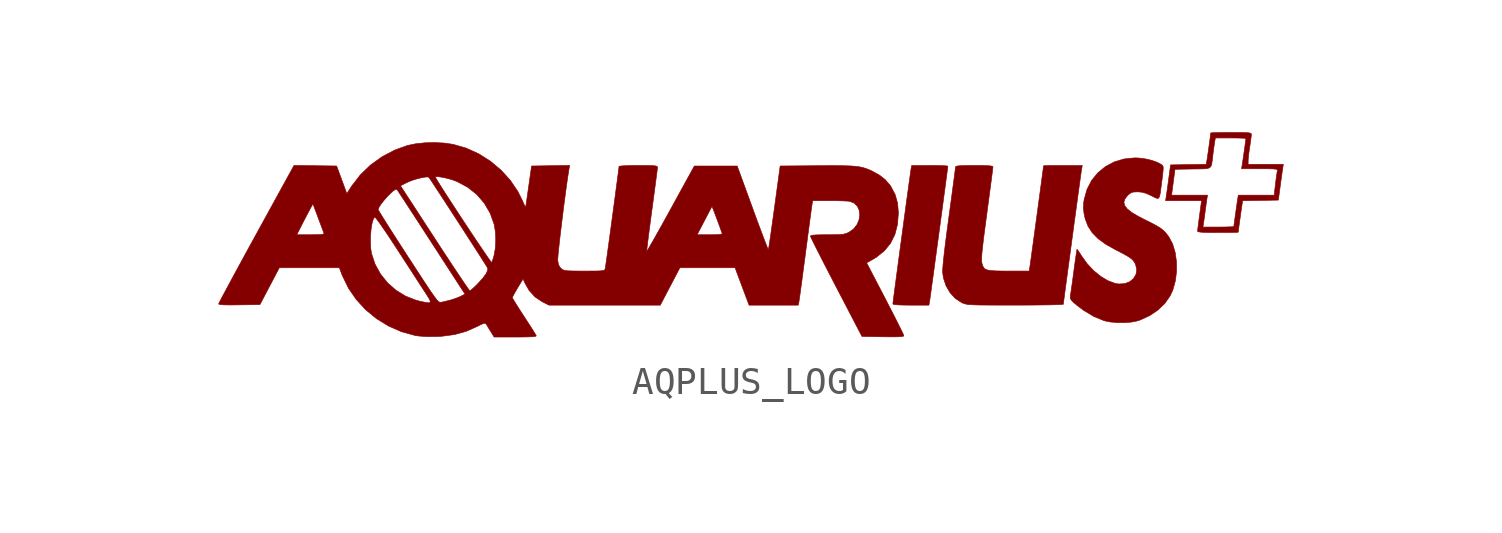
<source format=kicad_sym>
(kicad_symbol_lib
  (version 20231120)
  (generator "kicad_symbol_editor")
  (generator_version "8.0")
  (symbol "AQPLUS_LOGO"
    (pin_names
      (offset 1.016))
    (property "Reference" "#G"
      (at 0 3.016 0)
      (effects (font (size 1.27 1.27)) (hide yes)))
    (symbol "AQPLUS_LOGO_0_0"
      (polyline (pts (xy 6.413 -2.385) (xy 6.42 -2.34) (xy 6.437 -2.223) (xy 6.462 -2.045) (xy 6.493 -1.814) (xy 6.531 -1.538) (xy 6.574 -1.226) (xy 6.62 -0.885) (xy 6.669 -0.524) (xy 6.72 -0.151) (xy 6.771 0.226) (xy 6.821 0.599) (xy 6.87 0.959) (xy 6.915 1.299) (xy 6.957 1.61) (xy 6.993 1.884) (xy 7.024 2.113) (xy 7.047 2.289) (xy 7.061 2.403) (xy 7.066 2.447) (xy 7.048 2.454) (xy 6.963 2.462) (xy 6.821 2.468) (xy 6.637 2.472) (xy 6.422 2.473) (xy 5.777 2.473) (xy 5.755 2.365) (xy 5.749 2.326) (xy 5.733 2.213) (xy 5.708 2.039) (xy 5.676 1.811) (xy 5.639 1.537) (xy 5.596 1.226) (xy 5.55 0.886) (xy 5.501 0.526) (xy 5.451 0.152) (xy 5.4 -0.226) (xy 5.349 -0.6) (xy 5.301 -0.962) (xy 5.255 -1.304) (xy 5.213 -1.617) (xy 5.177 -1.893) (xy 5.146 -2.125) (xy 5.123 -2.304) (xy 5.109 -2.421) (xy 5.104 -2.469) (xy 5.108 -2.476) (xy 5.164 -2.493) (xy 5.287 -2.504) (xy 5.48 -2.51) (xy 5.747 -2.513) (xy 6.39 -2.513) (xy 6.413 -2.385)) (stroke (width 0.01) (type default)) (fill (type outline)))
      (polyline (pts (xy 13.616 -3.118) (xy 13.822 -3.078) (xy 13.938 -3.04) (xy 14.27 -2.887) (xy 14.568 -2.685) (xy 14.818 -2.444) (xy 15.005 -2.174) (xy 15.1 -1.962) (xy 15.188 -1.643) (xy 15.23 -1.303) (xy 15.227 -0.959) (xy 15.18 -0.628) (xy 15.089 -0.327) (xy 14.954 -0.075) (xy 14.938 -0.053) (xy 14.854 0.056) (xy 14.767 0.148) (xy 14.662 0.231) (xy 14.527 0.316) (xy 14.348 0.412) (xy 14.11 0.53) (xy 13.858 0.659) (xy 13.628 0.797) (xy 13.468 0.925) (xy 13.376 1.044) (xy 13.35 1.161) (xy 13.386 1.277) (xy 13.481 1.398) (xy 13.531 1.446) (xy 13.61 1.502) (xy 13.701 1.526) (xy 13.835 1.531) (xy 13.869 1.531) (xy 14.012 1.516) (xy 14.154 1.474) (xy 14.328 1.394) (xy 14.418 1.348) (xy 14.5 1.308) (xy 14.558 1.295) (xy 14.598 1.316) (xy 14.627 1.381) (xy 14.65 1.497) (xy 14.674 1.674) (xy 14.705 1.92) (xy 14.71 1.953) (xy 14.735 2.155) (xy 14.749 2.295) (xy 14.754 2.386) (xy 14.747 2.441) (xy 14.729 2.474) (xy 14.701 2.499) (xy 14.549 2.582) (xy 14.345 2.655) (xy 14.114 2.709) (xy 13.883 2.739) (xy 13.728 2.743) (xy 13.352 2.705) (xy 13.004 2.599) (xy 12.691 2.433) (xy 12.42 2.211) (xy 12.199 1.939) (xy 12.034 1.621) (xy 11.933 1.264) (xy 11.913 1.133) (xy 11.905 0.942) (xy 11.929 0.744) (xy 11.967 0.573) (xy 12.068 0.308) (xy 12.22 0.073) (xy 12.43 -0.141) (xy 12.705 -0.341) (xy 13.051 -0.535) (xy 13.101 -0.56) (xy 13.316 -0.671) (xy 13.473 -0.759) (xy 13.585 -0.832) (xy 13.662 -0.898) (xy 13.717 -0.967) (xy 13.759 -1.045) (xy 13.769 -1.067) (xy 13.809 -1.247) (xy 13.781 -1.417) (xy 13.694 -1.563) (xy 13.557 -1.677) (xy 13.379 -1.745) (xy 13.169 -1.758) (xy 13.027 -1.734) (xy 12.776 -1.639) (xy 12.519 -1.484) (xy 12.269 -1.28) (xy 12.038 -1.033) (xy 11.839 -0.755) (xy 11.826 -0.735) (xy 11.754 -0.622) (xy 11.7 -0.545) (xy 11.677 -0.52) (xy 11.676 -0.521) (xy 11.666 -0.572) (xy 11.649 -0.686) (xy 11.624 -0.853) (xy 11.595 -1.06) (xy 11.563 -1.296) (xy 11.562 -1.311) (xy 11.529 -1.555) (xy 11.498 -1.778) (xy 11.471 -1.967) (xy 11.451 -2.107) (xy 11.439 -2.183) (xy 11.434 -2.226) (xy 11.441 -2.282) (xy 11.478 -2.34) (xy 11.554 -2.416) (xy 11.681 -2.524) (xy 11.914 -2.7) (xy 12.276 -2.916) (xy 12.64 -3.067) (xy 12.647 -3.069) (xy 12.851 -3.112) (xy 13.101 -3.135) (xy 13.366 -3.137) (xy 13.616 -3.118)) (stroke (width 0.01) (type default)) (fill (type outline)))
      (polyline (pts (xy 9.719 -2.512) (xy 10.061 -2.51) (xy 10.373 -2.507) (xy 10.645 -2.504) (xy 10.871 -2.499) (xy 11.042 -2.493) (xy 11.151 -2.487) (xy 11.188 -2.481) (xy 11.192 -2.45) (xy 11.205 -2.348) (xy 11.226 -2.184) (xy 11.255 -1.964) (xy 11.291 -1.698) (xy 11.332 -1.393) (xy 11.377 -1.058) (xy 11.425 -0.701) (xy 11.475 -0.33) (xy 11.526 0.047) (xy 11.576 0.421) (xy 11.626 0.785) (xy 11.673 1.13) (xy 11.716 1.448) (xy 11.755 1.731) (xy 11.788 1.97) (xy 11.814 2.158) (xy 11.833 2.286) (xy 11.842 2.346) (xy 11.865 2.473) (xy 11.173 2.473) (xy 10.976 2.473) (xy 10.779 2.471) (xy 10.622 2.469) (xy 10.519 2.465) (xy 10.482 2.462) (xy 10.481 2.456) (xy 10.473 2.389) (xy 10.456 2.257) (xy 10.431 2.07) (xy 10.4 1.836) (xy 10.363 1.564) (xy 10.323 1.266) (xy 10.28 0.949) (xy 10.236 0.623) (xy 10.192 0.298) (xy 10.149 -0.017) (xy 10.109 -0.313) (xy 10.072 -0.579) (xy 10.041 -0.807) (xy 10.016 -0.988) (xy 9.999 -1.111) (xy 9.99 -1.168) (xy 9.968 -1.296) (xy 9.233 -1.296) (xy 9.011 -1.295) (xy 8.779 -1.291) (xy 8.606 -1.28) (xy 8.484 -1.259) (xy 8.401 -1.226) (xy 8.347 -1.177) (xy 8.311 -1.108) (xy 8.283 -1.018) (xy 8.283 -1.017) (xy 8.274 -0.966) (xy 8.27 -0.896) (xy 8.273 -0.798) (xy 8.282 -0.667) (xy 8.299 -0.494) (xy 8.325 -0.272) (xy 8.359 0.005) (xy 8.404 0.346) (xy 8.459 0.757) (xy 8.481 0.923) (xy 8.526 1.261) (xy 8.567 1.573) (xy 8.604 1.848) (xy 8.634 2.079) (xy 8.657 2.258) (xy 8.671 2.376) (xy 8.676 2.424) (xy 8.676 2.428) (xy 8.65 2.446) (xy 8.578 2.459) (xy 8.453 2.467) (xy 8.266 2.472) (xy 8.009 2.473) (xy 7.765 2.472) (xy 7.569 2.467) (xy 7.438 2.458) (xy 7.364 2.445) (xy 7.341 2.426) (xy 7.338 2.396) (xy 7.325 2.295) (xy 7.304 2.129) (xy 7.275 1.908) (xy 7.239 1.64) (xy 7.198 1.332) (xy 7.152 0.993) (xy 7.103 0.63) (xy 7.063 0.338) (xy 7.002 -0.125) (xy 6.954 -0.514) (xy 6.918 -0.831) (xy 6.894 -1.076) (xy 6.882 -1.252) (xy 6.882 -1.36) (xy 6.909 -1.545) (xy 7.002 -1.823) (xy 7.147 -2.072) (xy 7.335 -2.276) (xy 7.557 -2.42) (xy 7.579 -2.43) (xy 7.626 -2.451) (xy 7.675 -2.467) (xy 7.733 -2.48) (xy 7.809 -2.491) (xy 7.911 -2.498) (xy 8.044 -2.504) (xy 8.219 -2.508) (xy 8.441 -2.51) (xy 8.718 -2.511) (xy 9.059 -2.512) (xy 9.471 -2.512) (xy 9.719 -2.512)) (stroke (width 0.01) (type default)) (fill (type outline)))
      (polyline (pts (xy 16.933 0.079) (xy 17.132 0.081) (xy 17.29 0.084) (xy 17.393 0.087) (xy 17.431 0.091) (xy 17.435 0.135) (xy 17.449 0.239) (xy 17.469 0.385) (xy 17.492 0.554) (xy 17.516 0.727) (xy 17.539 0.886) (xy 17.557 1.013) (xy 17.569 1.089) (xy 17.591 1.215) (xy 18.227 1.226) (xy 18.863 1.237) (xy 18.929 1.727) (xy 18.956 1.927) (xy 18.983 2.116) (xy 19.004 2.269) (xy 19.018 2.365) (xy 19.041 2.513) (xy 17.784 2.513) (xy 17.785 2.64) (xy 17.786 2.676) (xy 17.797 2.799) (xy 17.817 2.962) (xy 17.843 3.141) (xy 17.857 3.232) (xy 17.879 3.391) (xy 17.895 3.515) (xy 17.901 3.582) (xy 17.898 3.602) (xy 17.878 3.621) (xy 17.833 3.635) (xy 17.75 3.643) (xy 17.619 3.648) (xy 17.431 3.651) (xy 17.175 3.651) (xy 16.947 3.65) (xy 16.747 3.647) (xy 16.59 3.644) (xy 16.486 3.639) (xy 16.449 3.633) (xy 16.444 3.581) (xy 16.43 3.471) (xy 16.41 3.32) (xy 16.386 3.148) (xy 16.361 2.973) (xy 16.338 2.815) (xy 16.32 2.691) (xy 16.308 2.622) (xy 16.286 2.514) (xy 15.651 2.504) (xy 15.016 2.493) (xy 14.95 2.002) (xy 14.923 1.802) (xy 14.897 1.614) (xy 14.876 1.461) (xy 14.869 1.413) (xy 15.052 1.413) (xy 15.113 1.875) (xy 15.173 2.336) (xy 15.811 2.347) (xy 16.038 2.349) (xy 16.215 2.353) (xy 16.338 2.365) (xy 16.416 2.396) (xy 16.463 2.453) (xy 16.489 2.544) (xy 16.507 2.679) (xy 16.529 2.866) (xy 16.534 2.909) (xy 16.556 3.079) (xy 16.577 3.228) (xy 16.593 3.327) (xy 16.615 3.455) (xy 17.16 3.455) (xy 17.228 3.455) (xy 17.416 3.453) (xy 17.567 3.449) (xy 17.669 3.443) (xy 17.705 3.436) (xy 17.702 3.405) (xy 17.69 3.31) (xy 17.671 3.172) (xy 17.648 3.007) (xy 17.623 2.836) (xy 17.6 2.675) (xy 17.581 2.545) (xy 17.568 2.463) (xy 17.55 2.356) (xy 18.2 2.356) (xy 18.328 2.355) (xy 18.532 2.354) (xy 18.674 2.35) (xy 18.764 2.343) (xy 18.813 2.33) (xy 18.831 2.312) (xy 18.829 2.287) (xy 18.821 2.25) (xy 18.804 2.143) (xy 18.783 1.992) (xy 18.761 1.816) (xy 18.714 1.413) (xy 17.434 1.413) (xy 17.413 1.286) (xy 17.403 1.22) (xy 17.384 1.092) (xy 17.361 0.932) (xy 17.337 0.758) (xy 17.313 0.589) (xy 17.293 0.443) (xy 17.279 0.339) (xy 17.273 0.293) (xy 17.269 0.291) (xy 17.207 0.285) (xy 17.086 0.28) (xy 16.92 0.276) (xy 16.722 0.275) (xy 16.171 0.275) (xy 16.191 0.402) (xy 16.193 0.413) (xy 16.209 0.523) (xy 16.23 0.676) (xy 16.253 0.844) (xy 16.256 0.869) (xy 16.279 1.036) (xy 16.299 1.185) (xy 16.314 1.286) (xy 16.335 1.413) (xy 15.052 1.413) (xy 14.869 1.413) (xy 14.861 1.364) (xy 14.839 1.217) (xy 16.122 1.217) (xy 16.051 0.697) (xy 16.046 0.655) (xy 16.02 0.463) (xy 15.999 0.3) (xy 15.985 0.183) (xy 15.979 0.128) (xy 15.982 0.119) (xy 16.018 0.103) (xy 16.1 0.092) (xy 16.236 0.084) (xy 16.435 0.08) (xy 16.704 0.079) (xy 16.933 0.079)) (stroke (width 0.01) (type default)) (fill (type outline)))
      (polyline (pts (xy -8.163 -3.65) (xy -7.942 -3.647) (xy -7.786 -3.642) (xy -7.687 -3.633) (xy -7.636 -3.619) (xy -7.627 -3.602) (xy -7.627 -3.6) (xy -7.657 -3.549) (xy -7.722 -3.443) (xy -7.816 -3.295) (xy -7.932 -3.115) (xy -8.063 -2.914) (xy -8.076 -2.894) (xy -8.204 -2.697) (xy -8.315 -2.522) (xy -8.402 -2.382) (xy -8.459 -2.285) (xy -8.48 -2.244) (xy -8.474 -2.226) (xy -8.436 -2.151) (xy -8.371 -2.034) (xy -8.289 -1.893) (xy -8.097 -1.575) (xy -8.024 -1.738) (xy -7.879 -1.99) (xy -7.669 -2.221) (xy -7.416 -2.39) (xy -7.172 -2.513) (xy -3.198 -2.513) (xy -2.849 -1.845) (xy -2.499 -1.178) (xy -0.529 -1.178) (xy -0.03 -2.513) (xy 1.726 -2.513) (xy 1.746 -2.424) (xy 1.749 -2.404) (xy 1.763 -2.31) (xy 1.786 -2.152) (xy 1.815 -1.937) (xy 1.851 -1.674) (xy 1.891 -1.373) (xy 1.935 -1.041) (xy 1.982 -0.687) (xy 2.005 -0.508) (xy 2.051 -0.162) (xy 2.093 0.16) (xy 2.132 0.449) (xy 2.165 0.695) (xy 2.191 0.889) (xy 2.21 1.024) (xy 2.22 1.089) (xy 2.241 1.217) (xy 2.843 1.217) (xy 2.942 1.217) (xy 3.156 1.214) (xy 3.342 1.208) (xy 3.485 1.201) (xy 3.567 1.193) (xy 3.724 1.129) (xy 3.837 1.017) (xy 3.903 0.87) (xy 3.922 0.701) (xy 3.894 0.525) (xy 3.82 0.355) (xy 3.7 0.205) (xy 3.534 0.088) (xy 3.534 0.088) (xy 3.459 0.054) (xy 3.384 0.03) (xy 3.291 0.014) (xy 3.167 0.005) (xy 2.994 0.001) (xy 2.759 0) (xy 2.546 -0.001) (xy 2.364 -0.006) (xy 2.245 -0.015) (xy 2.18 -0.029) (xy 2.16 -0.049) (xy 2.161 -0.054) (xy 2.188 -0.114) (xy 2.247 -0.235) (xy 2.334 -0.411) (xy 2.447 -0.633) (xy 2.581 -0.897) (xy 2.734 -1.195) (xy 2.902 -1.52) (xy 3.081 -1.865) (xy 4.001 -3.631) (xy 4.748 -3.642) (xy 4.941 -3.644) (xy 5.163 -3.645) (xy 5.321 -3.641) (xy 5.424 -3.633) (xy 5.479 -3.621) (xy 5.495 -3.603) (xy 5.477 -3.557) (xy 5.427 -3.45) (xy 5.348 -3.29) (xy 5.245 -3.085) (xy 5.122 -2.842) (xy 4.982 -2.571) (xy 4.831 -2.278) (xy 4.167 -1.003) (xy 4.4 -0.872) (xy 4.515 -0.803) (xy 4.799 -0.576) (xy 5.019 -0.305) (xy 5.176 0.01) (xy 5.269 0.371) (xy 5.3 0.78) (xy 5.274 1.116) (xy 5.187 1.43) (xy 5.037 1.717) (xy 4.993 1.78) (xy 4.826 1.971) (xy 4.62 2.131) (xy 4.356 2.275) (xy 4.253 2.322) (xy 4.145 2.364) (xy 4.035 2.398) (xy 3.913 2.424) (xy 3.769 2.443) (xy 3.594 2.456) (xy 3.379 2.463) (xy 3.114 2.467) (xy 2.789 2.467) (xy 2.395 2.464) (xy 1.08 2.454) (xy 0.878 0.969) (xy 0.87 0.912) (xy 0.825 0.584) (xy 0.782 0.282) (xy 0.745 0.015) (xy 0.712 -0.208) (xy 0.686 -0.38) (xy 0.668 -0.49) (xy 0.659 -0.532) (xy 0.655 -0.527) (xy 0.628 -0.467) (xy 0.579 -0.343) (xy 0.51 -0.164) (xy 0.424 0.063) (xy 0.324 0.329) (xy 0.213 0.628) (xy 0.095 0.953) (xy -0.453 2.454) (xy -1.983 2.454) (xy -2.827 0.917) (xy -2.963 0.67) (xy -3.128 0.371) (xy -3.28 0.101) (xy -3.336 0) (xy -1.884 0) (xy -1.622 0.501) (xy -1.584 0.574) (xy -1.495 0.743) (xy -1.423 0.881) (xy -1.374 0.975) (xy -1.354 1.011) (xy -1.353 1.011) (xy -1.334 0.968) (xy -1.295 0.87) (xy -1.241 0.729) (xy -1.178 0.562) (xy -1.112 0.383) (xy -1.047 0.207) (xy -0.99 0.049) (xy -0.99 0.041) (xy -1.015 0.022) (xy -1.09 0.009) (xy -1.225 0.002) (xy -1.428 0) (xy -1.884 0) (xy -3.336 0) (xy -3.412 -0.135) (xy -3.523 -0.328) (xy -3.607 -0.473) (xy -3.662 -0.562) (xy -3.682 -0.589) (xy -3.682 -0.588) (xy -3.679 -0.537) (xy -3.666 -0.418) (xy -3.644 -0.24) (xy -3.615 -0.01) (xy -3.58 0.261) (xy -3.54 0.566) (xy -3.496 0.895) (xy -3.492 0.919) (xy -3.448 1.248) (xy -3.407 1.554) (xy -3.371 1.827) (xy -3.341 2.058) (xy -3.317 2.239) (xy -3.303 2.359) (xy -3.298 2.411) (xy -3.298 2.418) (xy -3.312 2.439) (xy -3.352 2.454) (xy -3.429 2.464) (xy -3.553 2.47) (xy -3.735 2.473) (xy -3.985 2.473) (xy -4.178 2.472) (xy -4.375 2.467) (xy -4.532 2.46) (xy -4.635 2.45) (xy -4.672 2.439) (xy -4.672 2.433) (xy -4.68 2.365) (xy -4.697 2.231) (xy -4.721 2.041) (xy -4.753 1.805) (xy -4.789 1.531) (xy -4.829 1.23) (xy -4.872 0.911) (xy -4.916 0.583) (xy -4.96 0.256) (xy -5.003 -0.061) (xy -5.044 -0.357) (xy -5.081 -0.624) (xy -5.112 -0.852) (xy -5.138 -1.032) (xy -5.155 -1.153) (xy -5.164 -1.207) (xy -5.167 -1.22) (xy -5.178 -1.248) (xy -5.203 -1.268) (xy -5.252 -1.281) (xy -5.336 -1.289) (xy -5.466 -1.294) (xy -5.652 -1.295) (xy -5.907 -1.296) (xy -5.953 -1.296) (xy -6.197 -1.295) (xy -6.377 -1.292) (xy -6.504 -1.287) (xy -6.592 -1.276) (xy -6.651 -1.26) (xy -6.695 -1.237) (xy -6.736 -1.205) (xy -6.779 -1.161) (xy -6.833 -1.063) (xy -6.859 -0.92) (xy -6.859 -0.91) (xy -6.855 -0.821) (xy -6.842 -0.667) (xy -6.82 -0.458) (xy -6.793 -0.205) (xy -6.759 0.081) (xy -6.722 0.391) (xy -6.682 0.714) (xy -6.641 1.04) (xy -6.599 1.358) (xy -6.559 1.658) (xy -6.521 1.93) (xy -6.486 2.163) (xy -6.457 2.347) (xy -6.434 2.475) (xy -7.114 2.464) (xy -7.793 2.454) (xy -7.896 1.727) (xy -7.896 1.726) (xy -7.929 1.496) (xy -7.958 1.295) (xy -7.982 1.133) (xy -7.998 1.025) (xy -8.005 0.982) (xy -8.006 0.981) (xy -8.027 1.014) (xy -8.069 1.101) (xy -8.123 1.226) (xy -8.28 1.54) (xy -8.551 1.942) (xy -8.881 2.305) (xy -9.259 2.623) (xy -9.677 2.888) (xy -10.126 3.092) (xy -10.595 3.227) (xy -10.895 3.272) (xy -11.243 3.29) (xy -11.6 3.282) (xy -11.938 3.246) (xy -12.229 3.185) (xy -12.677 3.023) (xy -13.13 2.785) (xy -13.543 2.487) (xy -13.907 2.136) (xy -14.206 1.747) (xy -12.471 1.747) (xy -12.257 1.858) (xy -12.234 1.869) (xy -12.097 1.927) (xy -11.938 1.98) (xy -11.775 2.023) (xy -11.629 2.053) (xy -11.518 2.065) (xy -11.491 2.059) (xy -11.228 2.059) (xy -11.214 2.071) (xy -11.141 2.074) (xy -11.023 2.059) (xy -10.876 2.03) (xy -10.719 1.991) (xy -10.571 1.944) (xy -10.438 1.891) (xy -10.068 1.692) (xy -9.746 1.435) (xy -9.479 1.125) (xy -9.271 0.769) (xy -9.129 0.373) (xy -9.124 0.352) (xy -9.084 0.098) (xy -9.071 -0.191) (xy -9.086 -0.478) (xy -9.13 -0.728) (xy -9.16 -0.837) (xy -9.194 -0.939) (xy -9.218 -0.989) (xy -9.229 -0.98) (xy -9.277 -0.916) (xy -9.36 -0.799) (xy -9.472 -0.636) (xy -9.608 -0.436) (xy -9.763 -0.206) (xy -9.931 0.046) (xy -10.108 0.313) (xy -10.288 0.586) (xy -10.466 0.857) (xy -10.637 1.119) (xy -10.796 1.364) (xy -10.938 1.584) (xy -11.057 1.772) (xy -11.148 1.919) (xy -11.207 2.017) (xy -11.228 2.059) (xy -11.491 2.059) (xy -11.461 2.053) (xy -11.444 2.029) (xy -11.386 1.944) (xy -11.296 1.807) (xy -11.177 1.626) (xy -11.034 1.408) (xy -10.873 1.162) (xy -10.7 0.895) (xy -10.518 0.615) (xy -10.333 0.329) (xy -10.15 0.047) (xy -9.975 -0.225) (xy -9.812 -0.478) (xy -9.666 -0.704) (xy -9.543 -0.897) (xy -9.448 -1.047) (xy -9.385 -1.147) (xy -9.361 -1.19) (xy -9.358 -1.258) (xy -9.411 -1.383) (xy -9.53 -1.547) (xy -9.713 -1.748) (xy -9.768 -1.804) (xy -9.875 -1.905) (xy -9.956 -1.976) (xy -9.996 -2.002) (xy -10.013 -1.983) (xy -10.07 -1.905) (xy -10.163 -1.771) (xy -10.288 -1.587) (xy -10.44 -1.36) (xy -10.617 -1.094) (xy -10.813 -0.796) (xy -11.026 -0.472) (xy -11.251 -0.127) (xy -12.471 1.747) (xy -14.206 1.747) (xy -14.211 1.74) (xy -14.388 1.469) (xy -14.569 1.961) (xy -14.751 2.454) (xy -15.512 2.464) (xy -16.273 2.474) (xy -17.617 0.027) (xy -17.632 0) (xy -16.175 0) (xy -16.02 0.304) (xy -16.012 0.32) (xy -15.918 0.504) (xy -15.817 0.696) (xy -15.732 0.856) (xy -15.598 1.104) (xy -15.521 0.901) (xy -13.269 0.901) (xy -13.267 0.918) (xy -13.229 1) (xy -13.154 1.11) (xy -13.055 1.235) (xy -12.943 1.361) (xy -12.83 1.476) (xy -12.728 1.567) (xy -12.649 1.62) (xy -12.604 1.624) (xy -12.593 1.609) (xy -12.543 1.534) (xy -12.458 1.404) (xy -12.341 1.227) (xy -12.199 1.008) (xy -12.034 0.756) (xy -11.852 0.476) (xy -11.658 0.177) (xy -11.588 0.068) (xy -11.381 -0.251) (xy -11.178 -0.563) (xy -10.987 -0.859) (xy -10.812 -1.128) (xy -10.661 -1.361) (xy -10.54 -1.547) (xy -10.456 -1.678) (xy -10.169 -2.119) (xy -10.317 -2.194) (xy -10.378 -2.223) (xy -10.526 -2.28) (xy -10.679 -2.329) (xy -10.764 -2.351) (xy -10.907 -2.386) (xy -11.014 -2.408) (xy -11.021 -2.409) (xy -11.048 -2.412) (xy -11.075 -2.408) (xy -11.106 -2.39) (xy -11.145 -2.355) (xy -11.195 -2.297) (xy -11.261 -2.21) (xy -11.347 -2.088) (xy -11.456 -1.928) (xy -11.592 -1.723) (xy -11.759 -1.468) (xy -11.961 -1.158) (xy -12.202 -0.788) (xy -12.242 -0.726) (xy -12.449 -0.406) (xy -12.642 -0.106) (xy -12.817 0.167) (xy -12.969 0.406) (xy -13.094 0.606) (xy -13.189 0.759) (xy -13.248 0.859) (xy -13.269 0.901) (xy -15.521 0.901) (xy -15.409 0.601) (xy -15.391 0.552) (xy -15.322 0.369) (xy -15.264 0.214) (xy -15.222 0.102) (xy -15.203 0.049) (xy -15.203 0.037) (xy -15.237 0.019) (xy -15.322 0.008) (xy -15.466 0.002) (xy -15.68 0) (xy -16.175 0) (xy -17.632 0) (xy -17.771 -0.254) (xy -13.546 -0.254) (xy -13.541 -0.026) (xy -13.522 0.194) (xy -13.491 0.39) (xy -13.448 0.542) (xy -13.396 0.635) (xy -13.386 0.631) (xy -13.337 0.577) (xy -13.253 0.465) (xy -13.138 0.304) (xy -12.997 0.098) (xy -12.834 -0.146) (xy -12.653 -0.421) (xy -12.586 -0.525) (xy -12.398 -0.815) (xy -12.211 -1.102) (xy -12.034 -1.374) (xy -11.876 -1.619) (xy -11.744 -1.822) (xy -11.646 -1.973) (xy -11.528 -2.155) (xy -11.444 -2.292) (xy -11.407 -2.378) (xy -11.419 -2.421) (xy -11.483 -2.429) (xy -11.602 -2.41) (xy -11.777 -2.373) (xy -11.917 -2.337) (xy -12.291 -2.191) (xy -12.632 -1.981) (xy -12.934 -1.715) (xy -13.185 -1.403) (xy -13.379 -1.052) (xy -13.506 -0.672) (xy -13.509 -0.659) (xy -13.536 -0.471) (xy -13.546 -0.254) (xy -17.771 -0.254) (xy -17.792 -0.291) (xy -18.005 -0.681) (xy -18.205 -1.047) (xy -18.387 -1.383) (xy -18.55 -1.684) (xy -18.69 -1.945) (xy -18.805 -2.159) (xy -18.89 -2.321) (xy -18.943 -2.426) (xy -18.962 -2.467) (xy -18.96 -2.473) (xy -18.925 -2.489) (xy -18.842 -2.499) (xy -18.702 -2.505) (xy -18.499 -2.506) (xy -18.226 -2.503) (xy -17.489 -2.493) (xy -17.143 -1.835) (xy -16.797 -1.178) (xy -14.653 -1.178) (xy -14.566 -1.411) (xy -14.547 -1.459) (xy -14.332 -1.902) (xy -14.052 -2.309) (xy -13.716 -2.676) (xy -13.329 -2.994) (xy -12.902 -3.257) (xy -12.441 -3.46) (xy -11.954 -3.595) (xy -11.819 -3.615) (xy -11.534 -3.635) (xy -11.189 -3.634) (xy -10.992 -3.623) (xy -10.539 -3.562) (xy -10.122 -3.445) (xy -9.724 -3.269) (xy -9.598 -3.205) (xy -9.504 -3.166) (xy -9.449 -3.16) (xy -9.419 -3.183) (xy -9.39 -3.228) (xy -9.33 -3.326) (xy -9.257 -3.445) (xy -9.131 -3.651) (xy -8.369 -3.651) (xy -8.163 -3.65)) (stroke (width 0.01) (type default)) (fill (type outline))))))
</source>
